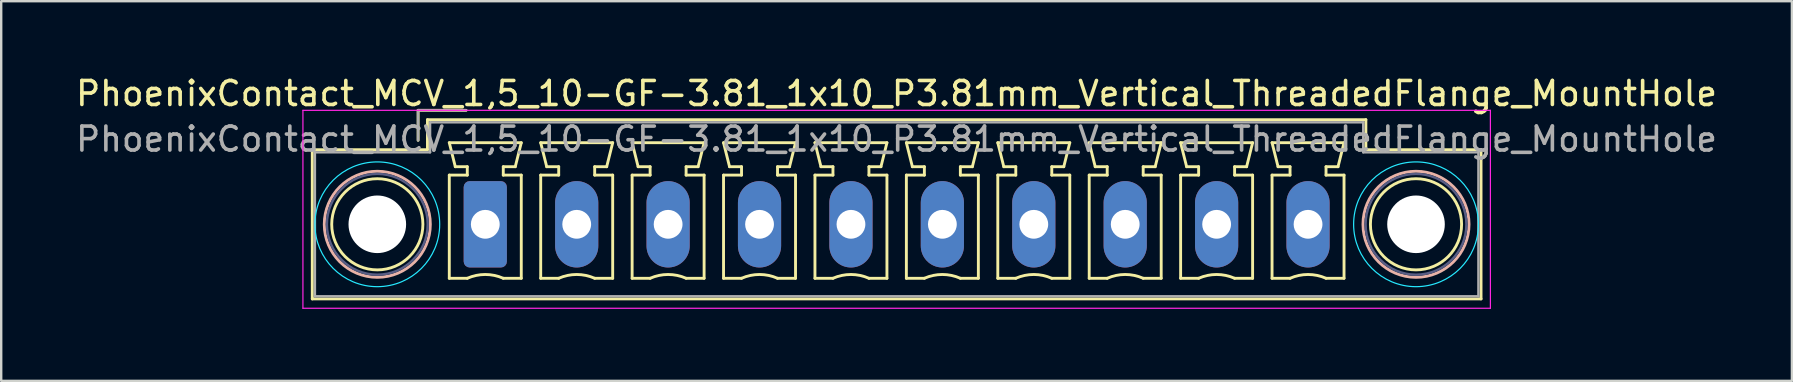
<source format=kicad_pcb>
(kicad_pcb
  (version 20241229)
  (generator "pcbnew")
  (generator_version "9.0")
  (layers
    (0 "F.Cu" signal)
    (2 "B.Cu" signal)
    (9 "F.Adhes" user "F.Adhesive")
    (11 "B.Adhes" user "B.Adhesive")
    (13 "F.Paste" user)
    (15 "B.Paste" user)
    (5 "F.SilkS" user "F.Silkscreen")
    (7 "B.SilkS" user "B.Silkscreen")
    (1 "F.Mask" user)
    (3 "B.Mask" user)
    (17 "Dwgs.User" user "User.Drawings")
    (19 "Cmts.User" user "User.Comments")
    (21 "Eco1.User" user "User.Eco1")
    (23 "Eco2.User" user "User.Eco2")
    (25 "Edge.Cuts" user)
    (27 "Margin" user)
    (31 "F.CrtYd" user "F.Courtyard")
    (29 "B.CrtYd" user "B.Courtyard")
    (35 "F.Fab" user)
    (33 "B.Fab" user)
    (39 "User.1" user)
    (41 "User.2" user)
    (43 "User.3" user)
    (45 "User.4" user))
  (footprint "PhoenixContact_MCV_1,5_10-GF-3.81_1x10_P3.81mm_Vertical_ThreadedFlange_MountHole"
    (layer "F.Cu")
    (at 17.175 6.298)
    (property "Reference" "PhoenixContact_MCV_1,5_10-GF-3.81_1x10_P3.81mm_Vertical_ThreadedFlange_MountHole" (at 17.14 -5.45 0) (layer "F.SilkS") (effects (font (size 1 1) (thickness 0.15))))
    (attr through_hole)
    (fp_line (start -7.21 -3.11) (end -7.21 3.11) (stroke (width 0.12) (type solid)) (layer "F.SilkS"))
    (fp_line (start -7.21 3.11) (end 41.5 3.11) (stroke (width 0.12) (type solid)) (layer "F.SilkS"))
    (fp_line (start -2.8 -4.75) (end -0.8 -4.75) (stroke (width 0.12) (type solid)) (layer "F.SilkS"))
    (fp_line (start -2.8 -3.5) (end -2.8 -4.75) (stroke (width 0.12) (type solid)) (layer "F.SilkS"))
    (fp_line (start -2.41 -4.36) (end -2.41 -3.11) (stroke (width 0.12) (type solid)) (layer "F.SilkS"))
    (fp_line (start -2.41 -3.11) (end -7.21 -3.11) (stroke (width 0.12) (type solid)) (layer "F.SilkS"))
    (fp_line (start -1.5 -3.4) (end 1.5 -3.4) (stroke (width 0.12) (type solid)) (layer "F.SilkS"))
    (fp_line (start -1.5 -2.05) (end -0.75 -2.05) (stroke (width 0.12) (type solid)) (layer "F.SilkS"))
    (fp_line (start -1.5 2.25) (end -1.5 -2.05) (stroke (width 0.12) (type solid)) (layer "F.SilkS"))
    (fp_line (start -1.25 -2.4) (end -1.5 -3.4) (stroke (width 0.12) (type solid)) (layer "F.SilkS"))
    (fp_line (start -0.75 -2.4) (end -1.25 -2.4) (stroke (width 0.12) (type solid)) (layer "F.SilkS"))
    (fp_line (start -0.75 -2.05) (end -0.75 -2.4) (stroke (width 0.12) (type solid)) (layer "F.SilkS"))
    (fp_line (start -0.75 2.25) (end -1.5 2.25) (stroke (width 0.12) (type solid)) (layer "F.SilkS"))
    (fp_line (start 0.75 -2.4) (end 0.75 -2.05) (stroke (width 0.12) (type solid)) (layer "F.SilkS"))
    (fp_line (start 0.75 -2.05) (end 1.5 -2.05) (stroke (width 0.12) (type solid)) (layer "F.SilkS"))
    (fp_line (start 1.25 -2.4) (end 0.75 -2.4) (stroke (width 0.12) (type solid)) (layer "F.SilkS"))
    (fp_line (start 1.5 -3.4) (end 1.25 -2.4) (stroke (width 0.12) (type solid)) (layer "F.SilkS"))
    (fp_line (start 1.5 -2.05) (end 1.5 2.25) (stroke (width 0.12) (type solid)) (layer "F.SilkS"))
    (fp_line (start 1.5 2.25) (end 0.75 2.25) (stroke (width 0.12) (type solid)) (layer "F.SilkS"))
    (fp_line (start 2.31 -3.4) (end 5.31 -3.4) (stroke (width 0.12) (type solid)) (layer "F.SilkS"))
    (fp_line (start 2.31 -2.05) (end 3.06 -2.05) (stroke (width 0.12) (type solid)) (layer "F.SilkS"))
    (fp_line (start 2.31 2.25) (end 2.31 -2.05) (stroke (width 0.12) (type solid)) (layer "F.SilkS"))
    (fp_line (start 2.56 -2.4) (end 2.31 -3.4) (stroke (width 0.12) (type solid)) (layer "F.SilkS"))
    (fp_line (start 3.06 -2.4) (end 2.56 -2.4) (stroke (width 0.12) (type solid)) (layer "F.SilkS"))
    (fp_line (start 3.06 -2.05) (end 3.06 -2.4) (stroke (width 0.12) (type solid)) (layer "F.SilkS"))
    (fp_line (start 3.06 2.25) (end 2.31 2.25) (stroke (width 0.12) (type solid)) (layer "F.SilkS"))
    (fp_line (start 4.56 -2.4) (end 4.56 -2.05) (stroke (width 0.12) (type solid)) (layer "F.SilkS"))
    (fp_line (start 4.56 -2.05) (end 5.31 -2.05) (stroke (width 0.12) (type solid)) (layer "F.SilkS"))
    (fp_line (start 5.06 -2.4) (end 4.56 -2.4) (stroke (width 0.12) (type solid)) (layer "F.SilkS"))
    (fp_line (start 5.31 -3.4) (end 5.06 -2.4) (stroke (width 0.12) (type solid)) (layer "F.SilkS"))
    (fp_line (start 5.31 -2.05) (end 5.31 2.25) (stroke (width 0.12) (type solid)) (layer "F.SilkS"))
    (fp_line (start 5.31 2.25) (end 4.56 2.25) (stroke (width 0.12) (type solid)) (layer "F.SilkS"))
    (fp_line (start 6.12 -3.4) (end 9.12 -3.4) (stroke (width 0.12) (type solid)) (layer "F.SilkS"))
    (fp_line (start 6.12 -2.05) (end 6.87 -2.05) (stroke (width 0.12) (type solid)) (layer "F.SilkS"))
    (fp_line (start 6.12 2.25) (end 6.12 -2.05) (stroke (width 0.12) (type solid)) (layer "F.SilkS"))
    (fp_line (start 6.37 -2.4) (end 6.12 -3.4) (stroke (width 0.12) (type solid)) (layer "F.SilkS"))
    (fp_line (start 6.87 -2.4) (end 6.37 -2.4) (stroke (width 0.12) (type solid)) (layer "F.SilkS"))
    (fp_line (start 6.87 -2.05) (end 6.87 -2.4) (stroke (width 0.12) (type solid)) (layer "F.SilkS"))
    (fp_line (start 6.87 2.25) (end 6.12 2.25) (stroke (width 0.12) (type solid)) (layer "F.SilkS"))
    (fp_line (start 8.37 -2.4) (end 8.37 -2.05) (stroke (width 0.12) (type solid)) (layer "F.SilkS"))
    (fp_line (start 8.37 -2.05) (end 9.12 -2.05) (stroke (width 0.12) (type solid)) (layer "F.SilkS"))
    (fp_line (start 8.87 -2.4) (end 8.37 -2.4) (stroke (width 0.12) (type solid)) (layer "F.SilkS"))
    (fp_line (start 9.12 -3.4) (end 8.87 -2.4) (stroke (width 0.12) (type solid)) (layer "F.SilkS"))
    (fp_line (start 9.12 -2.05) (end 9.12 2.25) (stroke (width 0.12) (type solid)) (layer "F.SilkS"))
    (fp_line (start 9.12 2.25) (end 8.37 2.25) (stroke (width 0.12) (type solid)) (layer "F.SilkS"))
    (fp_line (start 9.93 -3.4) (end 12.93 -3.4) (stroke (width 0.12) (type solid)) (layer "F.SilkS"))
    (fp_line (start 9.93 -2.05) (end 10.68 -2.05) (stroke (width 0.12) (type solid)) (layer "F.SilkS"))
    (fp_line (start 9.93 2.25) (end 9.93 -2.05) (stroke (width 0.12) (type solid)) (layer "F.SilkS"))
    (fp_line (start 10.18 -2.4) (end 9.93 -3.4) (stroke (width 0.12) (type solid)) (layer "F.SilkS"))
    (fp_line (start 10.68 -2.4) (end 10.18 -2.4) (stroke (width 0.12) (type solid)) (layer "F.SilkS"))
    (fp_line (start 10.68 -2.05) (end 10.68 -2.4) (stroke (width 0.12) (type solid)) (layer "F.SilkS"))
    (fp_line (start 10.68 2.25) (end 9.93 2.25) (stroke (width 0.12) (type solid)) (layer "F.SilkS"))
    (fp_line (start 12.18 -2.4) (end 12.18 -2.05) (stroke (width 0.12) (type solid)) (layer "F.SilkS"))
    (fp_line (start 12.18 -2.05) (end 12.93 -2.05) (stroke (width 0.12) (type solid)) (layer "F.SilkS"))
    (fp_line (start 12.68 -2.4) (end 12.18 -2.4) (stroke (width 0.12) (type solid)) (layer "F.SilkS"))
    (fp_line (start 12.93 -3.4) (end 12.68 -2.4) (stroke (width 0.12) (type solid)) (layer "F.SilkS"))
    (fp_line (start 12.93 -2.05) (end 12.93 2.25) (stroke (width 0.12) (type solid)) (layer "F.SilkS"))
    (fp_line (start 12.93 2.25) (end 12.18 2.25) (stroke (width 0.12) (type solid)) (layer "F.SilkS"))
    (fp_line (start 13.74 -3.4) (end 16.74 -3.4) (stroke (width 0.12) (type solid)) (layer "F.SilkS"))
    (fp_line (start 13.74 -2.05) (end 14.49 -2.05) (stroke (width 0.12) (type solid)) (layer "F.SilkS"))
    (fp_line (start 13.74 2.25) (end 13.74 -2.05) (stroke (width 0.12) (type solid)) (layer "F.SilkS"))
    (fp_line (start 13.99 -2.4) (end 13.74 -3.4) (stroke (width 0.12) (type solid)) (layer "F.SilkS"))
    (fp_line (start 14.49 -2.4) (end 13.99 -2.4) (stroke (width 0.12) (type solid)) (layer "F.SilkS"))
    (fp_line (start 14.49 -2.05) (end 14.49 -2.4) (stroke (width 0.12) (type solid)) (layer "F.SilkS"))
    (fp_line (start 14.49 2.25) (end 13.74 2.25) (stroke (width 0.12) (type solid)) (layer "F.SilkS"))
    (fp_line (start 15.99 -2.4) (end 15.99 -2.05) (stroke (width 0.12) (type solid)) (layer "F.SilkS"))
    (fp_line (start 15.99 -2.05) (end 16.74 -2.05) (stroke (width 0.12) (type solid)) (layer "F.SilkS"))
    (fp_line (start 16.49 -2.4) (end 15.99 -2.4) (stroke (width 0.12) (type solid)) (layer "F.SilkS"))
    (fp_line (start 16.74 -3.4) (end 16.49 -2.4) (stroke (width 0.12) (type solid)) (layer "F.SilkS"))
    (fp_line (start 16.74 -2.05) (end 16.74 2.25) (stroke (width 0.12) (type solid)) (layer "F.SilkS"))
    (fp_line (start 16.74 2.25) (end 15.99 2.25) (stroke (width 0.12) (type solid)) (layer "F.SilkS"))
    (fp_line (start 17.55 -3.4) (end 20.55 -3.4) (stroke (width 0.12) (type solid)) (layer "F.SilkS"))
    (fp_line (start 17.55 -2.05) (end 18.3 -2.05) (stroke (width 0.12) (type solid)) (layer "F.SilkS"))
    (fp_line (start 17.55 2.25) (end 17.55 -2.05) (stroke (width 0.12) (type solid)) (layer "F.SilkS"))
    (fp_line (start 17.8 -2.4) (end 17.55 -3.4) (stroke (width 0.12) (type solid)) (layer "F.SilkS"))
    (fp_line (start 18.3 -2.4) (end 17.8 -2.4) (stroke (width 0.12) (type solid)) (layer "F.SilkS"))
    (fp_line (start 18.3 -2.05) (end 18.3 -2.4) (stroke (width 0.12) (type solid)) (layer "F.SilkS"))
    (fp_line (start 18.3 2.25) (end 17.55 2.25) (stroke (width 0.12) (type solid)) (layer "F.SilkS"))
    (fp_line (start 19.8 -2.4) (end 19.8 -2.05) (stroke (width 0.12) (type solid)) (layer "F.SilkS"))
    (fp_line (start 19.8 -2.05) (end 20.55 -2.05) (stroke (width 0.12) (type solid)) (layer "F.SilkS"))
    (fp_line (start 20.3 -2.4) (end 19.8 -2.4) (stroke (width 0.12) (type solid)) (layer "F.SilkS"))
    (fp_line (start 20.55 -3.4) (end 20.3 -2.4) (stroke (width 0.12) (type solid)) (layer "F.SilkS"))
    (fp_line (start 20.55 -2.05) (end 20.55 2.25) (stroke (width 0.12) (type solid)) (layer "F.SilkS"))
    (fp_line (start 20.55 2.25) (end 19.8 2.25) (stroke (width 0.12) (type solid)) (layer "F.SilkS"))
    (fp_line (start 21.36 -3.4) (end 24.36 -3.4) (stroke (width 0.12) (type solid)) (layer "F.SilkS"))
    (fp_line (start 21.36 -2.05) (end 22.11 -2.05) (stroke (width 0.12) (type solid)) (layer "F.SilkS"))
    (fp_line (start 21.36 2.25) (end 21.36 -2.05) (stroke (width 0.12) (type solid)) (layer "F.SilkS"))
    (fp_line (start 21.61 -2.4) (end 21.36 -3.4) (stroke (width 0.12) (type solid)) (layer "F.SilkS"))
    (fp_line (start 22.11 -2.4) (end 21.61 -2.4) (stroke (width 0.12) (type solid)) (layer "F.SilkS"))
    (fp_line (start 22.11 -2.05) (end 22.11 -2.4) (stroke (width 0.12) (type solid)) (layer "F.SilkS"))
    (fp_line (start 22.11 2.25) (end 21.36 2.25) (stroke (width 0.12) (type solid)) (layer "F.SilkS"))
    (fp_line (start 23.61 -2.4) (end 23.61 -2.05) (stroke (width 0.12) (type solid)) (layer "F.SilkS"))
    (fp_line (start 23.61 -2.05) (end 24.36 -2.05) (stroke (width 0.12) (type solid)) (layer "F.SilkS"))
    (fp_line (start 24.11 -2.4) (end 23.61 -2.4) (stroke (width 0.12) (type solid)) (layer "F.SilkS"))
    (fp_line (start 24.36 -3.4) (end 24.11 -2.4) (stroke (width 0.12) (type solid)) (layer "F.SilkS"))
    (fp_line (start 24.36 -2.05) (end 24.36 2.25) (stroke (width 0.12) (type solid)) (layer "F.SilkS"))
    (fp_line (start 24.36 2.25) (end 23.61 2.25) (stroke (width 0.12) (type solid)) (layer "F.SilkS"))
    (fp_line (start 25.17 -3.4) (end 28.17 -3.4) (stroke (width 0.12) (type solid)) (layer "F.SilkS"))
    (fp_line (start 25.17 -2.05) (end 25.92 -2.05) (stroke (width 0.12) (type solid)) (layer "F.SilkS"))
    (fp_line (start 25.17 2.25) (end 25.17 -2.05) (stroke (width 0.12) (type solid)) (layer "F.SilkS"))
    (fp_line (start 25.42 -2.4) (end 25.17 -3.4) (stroke (width 0.12) (type solid)) (layer "F.SilkS"))
    (fp_line (start 25.92 -2.4) (end 25.42 -2.4) (stroke (width 0.12) (type solid)) (layer "F.SilkS"))
    (fp_line (start 25.92 -2.05) (end 25.92 -2.4) (stroke (width 0.12) (type solid)) (layer "F.SilkS"))
    (fp_line (start 25.92 2.25) (end 25.17 2.25) (stroke (width 0.12) (type solid)) (layer "F.SilkS"))
    (fp_line (start 27.42 -2.4) (end 27.42 -2.05) (stroke (width 0.12) (type solid)) (layer "F.SilkS"))
    (fp_line (start 27.42 -2.05) (end 28.17 -2.05) (stroke (width 0.12) (type solid)) (layer "F.SilkS"))
    (fp_line (start 27.92 -2.4) (end 27.42 -2.4) (stroke (width 0.12) (type solid)) (layer "F.SilkS"))
    (fp_line (start 28.17 -3.4) (end 27.92 -2.4) (stroke (width 0.12) (type solid)) (layer "F.SilkS"))
    (fp_line (start 28.17 -2.05) (end 28.17 2.25) (stroke (width 0.12) (type solid)) (layer "F.SilkS"))
    (fp_line (start 28.17 2.25) (end 27.42 2.25) (stroke (width 0.12) (type solid)) (layer "F.SilkS"))
    (fp_line (start 28.98 -3.4) (end 31.98 -3.4) (stroke (width 0.12) (type solid)) (layer "F.SilkS"))
    (fp_line (start 28.98 -2.05) (end 29.73 -2.05) (stroke (width 0.12) (type solid)) (layer "F.SilkS"))
    (fp_line (start 28.98 2.25) (end 28.98 -2.05) (stroke (width 0.12) (type solid)) (layer "F.SilkS"))
    (fp_line (start 29.23 -2.4) (end 28.98 -3.4) (stroke (width 0.12) (type solid)) (layer "F.SilkS"))
    (fp_line (start 29.73 -2.4) (end 29.23 -2.4) (stroke (width 0.12) (type solid)) (layer "F.SilkS"))
    (fp_line (start 29.73 -2.05) (end 29.73 -2.4) (stroke (width 0.12) (type solid)) (layer "F.SilkS"))
    (fp_line (start 29.73 2.25) (end 28.98 2.25) (stroke (width 0.12) (type solid)) (layer "F.SilkS"))
    (fp_line (start 31.23 -2.4) (end 31.23 -2.05) (stroke (width 0.12) (type solid)) (layer "F.SilkS"))
    (fp_line (start 31.23 -2.05) (end 31.98 -2.05) (stroke (width 0.12) (type solid)) (layer "F.SilkS"))
    (fp_line (start 31.73 -2.4) (end 31.23 -2.4) (stroke (width 0.12) (type solid)) (layer "F.SilkS"))
    (fp_line (start 31.98 -3.4) (end 31.73 -2.4) (stroke (width 0.12) (type solid)) (layer "F.SilkS"))
    (fp_line (start 31.98 -2.05) (end 31.98 2.25) (stroke (width 0.12) (type solid)) (layer "F.SilkS"))
    (fp_line (start 31.98 2.25) (end 31.23 2.25) (stroke (width 0.12) (type solid)) (layer "F.SilkS"))
    (fp_line (start 32.79 -3.4) (end 35.79 -3.4) (stroke (width 0.12) (type solid)) (layer "F.SilkS"))
    (fp_line (start 32.79 -2.05) (end 33.54 -2.05) (stroke (width 0.12) (type solid)) (layer "F.SilkS"))
    (fp_line (start 32.79 2.25) (end 32.79 -2.05) (stroke (width 0.12) (type solid)) (layer "F.SilkS"))
    (fp_line (start 33.04 -2.4) (end 32.79 -3.4) (stroke (width 0.12) (type solid)) (layer "F.SilkS"))
    (fp_line (start 33.54 -2.4) (end 33.04 -2.4) (stroke (width 0.12) (type solid)) (layer "F.SilkS"))
    (fp_line (start 33.54 -2.05) (end 33.54 -2.4) (stroke (width 0.12) (type solid)) (layer "F.SilkS"))
    (fp_line (start 33.54 2.25) (end 32.79 2.25) (stroke (width 0.12) (type solid)) (layer "F.SilkS"))
    (fp_line (start 35.04 -2.4) (end 35.04 -2.05) (stroke (width 0.12) (type solid)) (layer "F.SilkS"))
    (fp_line (start 35.04 -2.05) (end 35.79 -2.05) (stroke (width 0.12) (type solid)) (layer "F.SilkS"))
    (fp_line (start 35.54 -2.4) (end 35.04 -2.4) (stroke (width 0.12) (type solid)) (layer "F.SilkS"))
    (fp_line (start 35.79 -3.4) (end 35.54 -2.4) (stroke (width 0.12) (type solid)) (layer "F.SilkS"))
    (fp_line (start 35.79 -2.05) (end 35.79 2.25) (stroke (width 0.12) (type solid)) (layer "F.SilkS"))
    (fp_line (start 35.79 2.25) (end 35.04 2.25) (stroke (width 0.12) (type solid)) (layer "F.SilkS"))
    (fp_line (start 36.7 -4.36) (end -2.41 -4.36) (stroke (width 0.12) (type solid)) (layer "F.SilkS"))
    (fp_line (start 36.7 -3.11) (end 36.7 -4.36) (stroke (width 0.12) (type solid)) (layer "F.SilkS"))
    (fp_line (start 41.5 -3.11) (end 36.7 -3.11) (stroke (width 0.12) (type solid)) (layer "F.SilkS"))
    (fp_line (start 41.5 3.11) (end 41.5 -3.11) (stroke (width 0.12) (type solid)) (layer "F.SilkS"))
    (fp_arc (start -0.75 2.25) (mid -0.000193 2.09191) (end 0.749647 2.249844) (stroke (width 0.12) (type solid)) (layer "F.SilkS"))
    (fp_arc (start 3.06 2.25) (mid 3.809807 2.09191) (end 4.559647 2.249844) (stroke (width 0.12) (type solid)) (layer "F.SilkS"))
    (fp_arc (start 6.87 2.25) (mid 7.619807 2.09191) (end 8.369647 2.249844) (stroke (width 0.12) (type solid)) (layer "F.SilkS"))
    (fp_arc (start 10.68 2.25) (mid 11.429807 2.09191) (end 12.179647 2.249844) (stroke (width 0.12) (type solid)) (layer "F.SilkS"))
    (fp_arc (start 14.49 2.25) (mid 15.239807 2.09191) (end 15.989647 2.249844) (stroke (width 0.12) (type solid)) (layer "F.SilkS"))
    (fp_arc (start 18.3 2.25) (mid 19.049807 2.09191) (end 19.799647 2.249844) (stroke (width 0.12) (type solid)) (layer "F.SilkS"))
    (fp_arc (start 22.11 2.25) (mid 22.859807 2.09191) (end 23.609647 2.249844) (stroke (width 0.12) (type solid)) (layer "F.SilkS"))
    (fp_arc (start 25.92 2.25) (mid 26.669807 2.09191) (end 27.419647 2.249844) (stroke (width 0.12) (type solid)) (layer "F.SilkS"))
    (fp_arc (start 29.73 2.25) (mid 30.479807 2.09191) (end 31.229647 2.249844) (stroke (width 0.12) (type solid)) (layer "F.SilkS"))
    (fp_arc (start 33.54 2.25) (mid 34.289807 2.09191) (end 35.039647 2.249844) (stroke (width 0.12) (type solid)) (layer "F.SilkS"))
    (fp_circle (center -4.5 0) (end -2.6 0) (stroke (width 0.12) (type solid)) (fill no) (layer "F.SilkS"))
    (fp_circle (center 38.79 0) (end 40.69 0) (stroke (width 0.12) (type solid)) (fill no) (layer "F.SilkS"))
    (fp_circle (center -4.5 0) (end -2.29 0) (stroke (width 0.12) (type solid)) (fill no) (layer "B.SilkS"))
    (fp_circle (center 38.79 0) (end 41 0) (stroke (width 0.12) (type solid)) (fill no) (layer "B.SilkS"))
    (fp_circle (center -4.5 0) (end -1.9 0) (stroke (width 0.05) (type solid)) (fill no) (layer "B.CrtYd"))
    (fp_circle (center 38.79 0) (end 41.39 0) (stroke (width 0.05) (type solid)) (fill no) (layer "B.CrtYd"))
    (fp_line (start -7.6 -4.75) (end -7.6 3.5) (stroke (width 0.05) (type solid)) (layer "F.CrtYd"))
    (fp_line (start -7.6 3.5) (end 41.89 3.5) (stroke (width 0.05) (type solid)) (layer "F.CrtYd"))
    (fp_line (start 41.89 -4.75) (end -7.6 -4.75) (stroke (width 0.05) (type solid)) (layer "F.CrtYd"))
    (fp_line (start 41.89 3.5) (end 41.89 -4.75) (stroke (width 0.05) (type solid)) (layer "F.CrtYd"))
    (fp_circle (center -4.5 0) (end -2.4 0) (stroke (width 0.1) (type solid)) (fill no) (layer "B.Fab"))
    (fp_circle (center 38.79 0) (end 40.89 0) (stroke (width 0.1) (type solid)) (fill no) (layer "B.Fab"))
    (fp_line (start -7.1 -3) (end -7.1 3) (stroke (width 0.1) (type solid)) (layer "F.Fab"))
    (fp_line (start -7.1 3) (end 41.39 3) (stroke (width 0.1) (type solid)) (layer "F.Fab"))
    (fp_line (start -2.8 -4.75) (end -0.8 -4.75) (stroke (width 0.1) (type solid)) (layer "F.Fab"))
    (fp_line (start -2.8 -3.5) (end -2.8 -4.75) (stroke (width 0.1) (type solid)) (layer "F.Fab"))
    (fp_line (start -2.3 -4.25) (end -2.3 -3) (stroke (width 0.1) (type solid)) (layer "F.Fab"))
    (fp_line (start -2.3 -3) (end -7.1 -3) (stroke (width 0.1) (type solid)) (layer "F.Fab"))
    (fp_line (start 36.59 -4.25) (end -2.3 -4.25) (stroke (width 0.1) (type solid)) (layer "F.Fab"))
    (fp_line (start 36.59 -3) (end 36.59 -4.25) (stroke (width 0.1) (type solid)) (layer "F.Fab"))
    (fp_line (start 41.39 -3) (end 36.59 -3) (stroke (width 0.1) (type solid)) (layer "F.Fab"))
    (fp_line (start 41.39 3) (end 41.39 -3) (stroke (width 0.1) (type solid)) (layer "F.Fab"))
    (fp_text user "${REFERENCE}" (at 17.14 -3.55 0) (layer "F.Fab") (effects (font (size 1 1) (thickness 0.15))))
    (pad "" np_thru_hole circle (at -4.5 0) (size 2.4 2.4) (drill 2.4) (layers "*.Cu" "*.Mask"))
    (pad "" np_thru_hole circle (at 38.79 0) (size 2.4 2.4) (drill 2.4) (layers "*.Cu" "*.Mask"))
    (pad "1" thru_hole roundrect (at 0 0) (size 1.8 3.6) (drill 1.2) (layers "*.Cu" "*.Mask") (roundrect_rratio 0.139))
    (pad "2" thru_hole oval (at 3.81 0) (size 1.8 3.6) (drill 1.2) (layers "*.Cu" "*.Mask"))
    (pad "3" thru_hole oval (at 7.62 0) (size 1.8 3.6) (drill 1.2) (layers "*.Cu" "*.Mask"))
    (pad "4" thru_hole oval (at 11.43 0) (size 1.8 3.6) (drill 1.2) (layers "*.Cu" "*.Mask"))
    (pad "5" thru_hole oval (at 15.24 0) (size 1.8 3.6) (drill 1.2) (layers "*.Cu" "*.Mask"))
    (pad "6" thru_hole oval (at 19.05 0) (size 1.8 3.6) (drill 1.2) (layers "*.Cu" "*.Mask"))
    (pad "7" thru_hole oval (at 22.86 0) (size 1.8 3.6) (drill 1.2) (layers "*.Cu" "*.Mask"))
    (pad "8" thru_hole oval (at 26.67 0) (size 1.8 3.6) (drill 1.2) (layers "*.Cu" "*.Mask"))
    (pad "9" thru_hole oval (at 30.48 0) (size 1.8 3.6) (drill 1.2) (layers "*.Cu" "*.Mask"))
    (pad "10" thru_hole oval (at 34.29 0) (size 1.8 3.6) (drill 1.2) (layers "*.Cu" "*.Mask")))
  (gr_rect
    (start -3 -3)
    (end 71.631 12.823)
    (stroke (width 0.1) (type default))
    (fill no)
    (layer "Edge.Cuts")))
</source>
